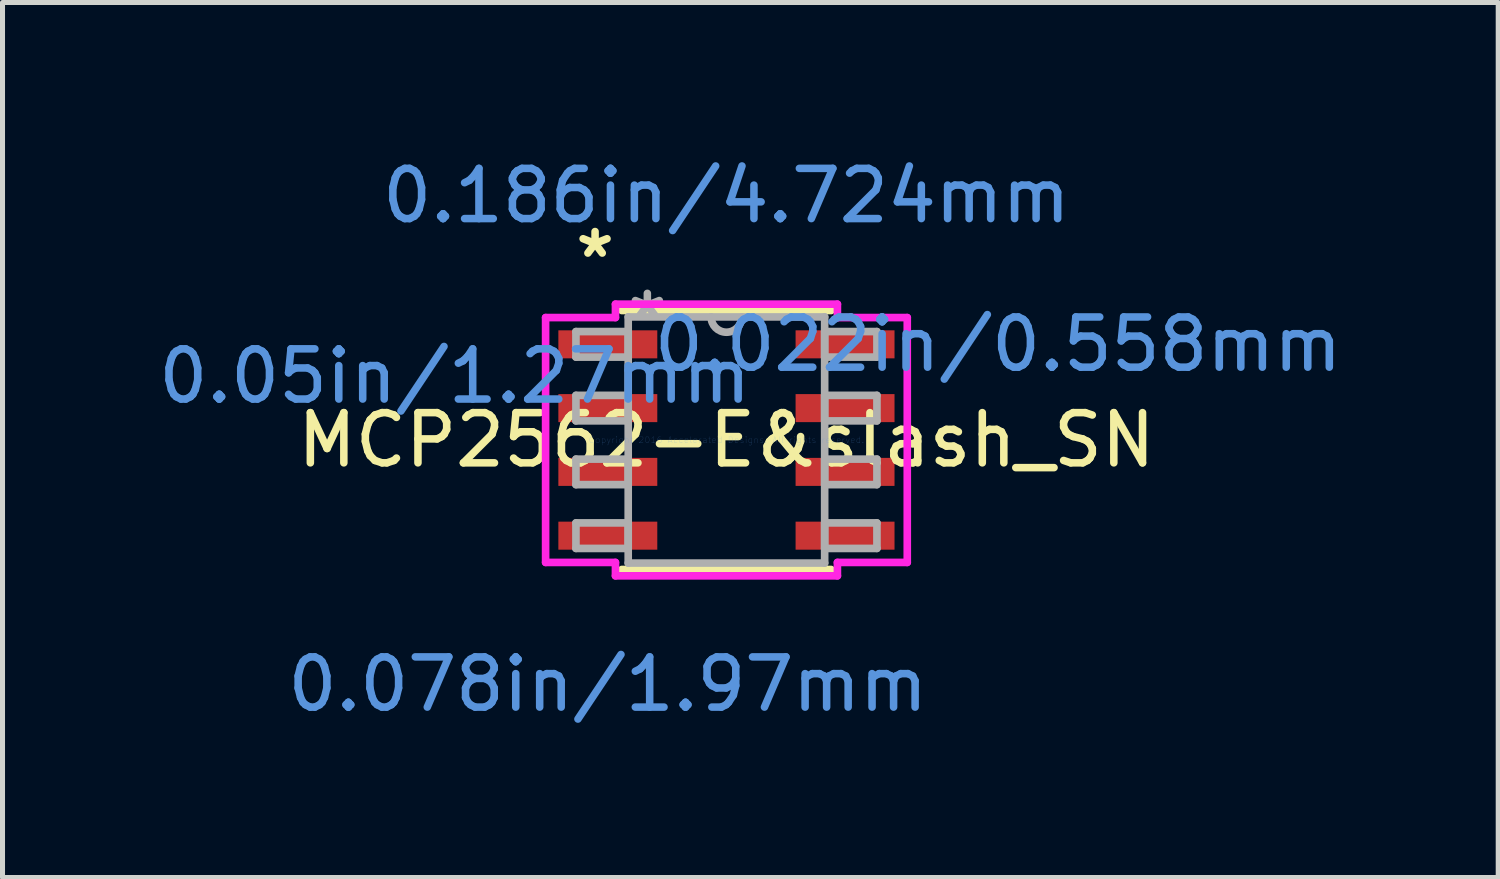
<source format=kicad_pcb>
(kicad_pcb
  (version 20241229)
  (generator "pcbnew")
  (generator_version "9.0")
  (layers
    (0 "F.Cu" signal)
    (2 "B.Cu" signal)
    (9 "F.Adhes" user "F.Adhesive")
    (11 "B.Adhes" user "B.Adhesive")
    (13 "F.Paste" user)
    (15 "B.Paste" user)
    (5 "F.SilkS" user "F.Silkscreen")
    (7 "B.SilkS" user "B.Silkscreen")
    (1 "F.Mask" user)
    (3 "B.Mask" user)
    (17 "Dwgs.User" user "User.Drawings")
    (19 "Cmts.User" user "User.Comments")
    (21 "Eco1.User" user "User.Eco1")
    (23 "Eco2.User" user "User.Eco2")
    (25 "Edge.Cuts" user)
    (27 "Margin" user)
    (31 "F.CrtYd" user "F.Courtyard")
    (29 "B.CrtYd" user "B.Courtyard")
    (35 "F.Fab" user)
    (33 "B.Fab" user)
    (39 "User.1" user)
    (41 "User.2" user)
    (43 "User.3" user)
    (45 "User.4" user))
  (footprint "MCP2562-E&slash_SN"
    (layer "F.Cu")
    (at 11.416 5.712)
    (property "Reference" "MCP2562-E&slash_SN" (at 0 0 0) (layer "F.SilkS") (effects (font (size 1 1) (thickness 0.15))))
    (attr through_hole)
    (fp_line (start -2.083 2.578) (end 2.083 2.578) (stroke (width 0.152) (type solid)) (layer "F.SilkS"))
    (fp_line (start 2.083 -2.578) (end -2.083 -2.578) (stroke (width 0.152) (type solid)) (layer "F.SilkS"))
    (fp_line (start -3.601 -2.438) (end -2.21 -2.438) (stroke (width 0.152) (type solid)) (layer "F.CrtYd"))
    (fp_line (start -3.601 2.438) (end -3.601 -2.438) (stroke (width 0.152) (type solid)) (layer "F.CrtYd"))
    (fp_line (start -3.601 2.438) (end -2.21 2.438) (stroke (width 0.152) (type solid)) (layer "F.CrtYd"))
    (fp_line (start -2.21 -2.705) (end 2.21 -2.705) (stroke (width 0.152) (type solid)) (layer "F.CrtYd"))
    (fp_line (start -2.21 -2.438) (end -2.21 -2.705) (stroke (width 0.152) (type solid)) (layer "F.CrtYd"))
    (fp_line (start -2.21 2.705) (end -2.21 2.438) (stroke (width 0.152) (type solid)) (layer "F.CrtYd"))
    (fp_line (start 2.21 -2.705) (end 2.21 -2.438) (stroke (width 0.152) (type solid)) (layer "F.CrtYd"))
    (fp_line (start 2.21 2.438) (end 2.21 2.705) (stroke (width 0.152) (type solid)) (layer "F.CrtYd"))
    (fp_line (start 2.21 2.705) (end -2.21 2.705) (stroke (width 0.152) (type solid)) (layer "F.CrtYd"))
    (fp_line (start 3.601 -2.438) (end 2.21 -2.438) (stroke (width 0.152) (type solid)) (layer "F.CrtYd"))
    (fp_line (start 3.601 -2.438) (end 3.601 2.438) (stroke (width 0.152) (type solid)) (layer "F.CrtYd"))
    (fp_line (start 3.601 2.438) (end 2.21 2.438) (stroke (width 0.152) (type solid)) (layer "F.CrtYd"))
    (fp_line (start -2.997 -2.159) (end -2.997 -1.651) (stroke (width 0.152) (type solid)) (layer "F.Fab"))
    (fp_line (start -2.997 -1.651) (end -1.956 -1.651) (stroke (width 0.152) (type solid)) (layer "F.Fab"))
    (fp_line (start -2.997 -0.889) (end -2.997 -0.381) (stroke (width 0.152) (type solid)) (layer "F.Fab"))
    (fp_line (start -2.997 -0.381) (end -1.956 -0.381) (stroke (width 0.152) (type solid)) (layer "F.Fab"))
    (fp_line (start -2.997 0.381) (end -2.997 0.889) (stroke (width 0.152) (type solid)) (layer "F.Fab"))
    (fp_line (start -2.997 0.889) (end -1.956 0.889) (stroke (width 0.152) (type solid)) (layer "F.Fab"))
    (fp_line (start -2.997 1.651) (end -2.997 2.159) (stroke (width 0.152) (type solid)) (layer "F.Fab"))
    (fp_line (start -2.997 2.159) (end -1.956 2.159) (stroke (width 0.152) (type solid)) (layer "F.Fab"))
    (fp_line (start -1.956 -2.451) (end -1.956 2.451) (stroke (width 0.152) (type solid)) (layer "F.Fab"))
    (fp_line (start -1.956 -2.159) (end -2.997 -2.159) (stroke (width 0.152) (type solid)) (layer "F.Fab"))
    (fp_line (start -1.956 -1.651) (end -1.956 -2.159) (stroke (width 0.152) (type solid)) (layer "F.Fab"))
    (fp_line (start -1.956 -0.889) (end -2.997 -0.889) (stroke (width 0.152) (type solid)) (layer "F.Fab"))
    (fp_line (start -1.956 -0.381) (end -1.956 -0.889) (stroke (width 0.152) (type solid)) (layer "F.Fab"))
    (fp_line (start -1.956 0.381) (end -2.997 0.381) (stroke (width 0.152) (type solid)) (layer "F.Fab"))
    (fp_line (start -1.956 0.889) (end -1.956 0.381) (stroke (width 0.152) (type solid)) (layer "F.Fab"))
    (fp_line (start -1.956 1.651) (end -2.997 1.651) (stroke (width 0.152) (type solid)) (layer "F.Fab"))
    (fp_line (start -1.956 2.159) (end -1.956 1.651) (stroke (width 0.152) (type solid)) (layer "F.Fab"))
    (fp_line (start -1.956 2.451) (end 1.956 2.451) (stroke (width 0.152) (type solid)) (layer "F.Fab"))
    (fp_line (start 1.956 -2.451) (end -1.956 -2.451) (stroke (width 0.152) (type solid)) (layer "F.Fab"))
    (fp_line (start 1.956 -2.159) (end 1.956 -1.651) (stroke (width 0.152) (type solid)) (layer "F.Fab"))
    (fp_line (start 1.956 -1.651) (end 2.997 -1.651) (stroke (width 0.152) (type solid)) (layer "F.Fab"))
    (fp_line (start 1.956 -0.889) (end 1.956 -0.381) (stroke (width 0.152) (type solid)) (layer "F.Fab"))
    (fp_line (start 1.956 -0.381) (end 2.997 -0.381) (stroke (width 0.152) (type solid)) (layer "F.Fab"))
    (fp_line (start 1.956 0.381) (end 1.956 0.889) (stroke (width 0.152) (type solid)) (layer "F.Fab"))
    (fp_line (start 1.956 0.889) (end 2.997 0.889) (stroke (width 0.152) (type solid)) (layer "F.Fab"))
    (fp_line (start 1.956 1.651) (end 1.956 2.159) (stroke (width 0.152) (type solid)) (layer "F.Fab"))
    (fp_line (start 1.956 2.159) (end 2.997 2.159) (stroke (width 0.152) (type solid)) (layer "F.Fab"))
    (fp_line (start 1.956 2.451) (end 1.956 -2.451) (stroke (width 0.152) (type solid)) (layer "F.Fab"))
    (fp_line (start 2.997 -2.159) (end 1.956 -2.159) (stroke (width 0.152) (type solid)) (layer "F.Fab"))
    (fp_line (start 2.997 -1.651) (end 2.997 -2.159) (stroke (width 0.152) (type solid)) (layer "F.Fab"))
    (fp_line (start 2.997 -0.889) (end 1.956 -0.889) (stroke (width 0.152) (type solid)) (layer "F.Fab"))
    (fp_line (start 2.997 -0.381) (end 2.997 -0.889) (stroke (width 0.152) (type solid)) (layer "F.Fab"))
    (fp_line (start 2.997 0.381) (end 1.956 0.381) (stroke (width 0.152) (type solid)) (layer "F.Fab"))
    (fp_line (start 2.997 0.889) (end 2.997 0.381) (stroke (width 0.152) (type solid)) (layer "F.Fab"))
    (fp_line (start 2.997 1.651) (end 1.956 1.651) (stroke (width 0.152) (type solid)) (layer "F.Fab"))
    (fp_line (start 2.997 2.159) (end 2.997 1.651) (stroke (width 0.152) (type solid)) (layer "F.Fab"))
    (fp_arc (start 0.3048 -2.4511) (mid 0 -2.1463) (end -0.3048 -2.4511) (stroke (width 0.1524) (type solid)) (layer "F.Fab"))
    (fp_text user "*" (at -2.616 -3.606 0) (layer "F.SilkS") (effects (font (size 1 1) (thickness 0.15))))
    (fp_text user "Copyright 2016 Accelerated Designs. All rights reserved." (at 0 0 0) (layer "Cmts.User") (effects (font (size 0.127 0.127) (thickness 0.002))))
    (fp_text user "0.078in/1.97mm" (at -2.362 4.864 0) (layer "Cmts.User") (effects (font (size 1 1) (thickness 0.15))))
    (fp_text user "0.05in/1.27mm" (at -5.41 -1.27 0) (layer "Cmts.User") (effects (font (size 1 1) (thickness 0.15))))
    (fp_text user "0.022in/0.558mm" (at 5.41 -1.905 0) (layer "Cmts.User") (effects (font (size 1 1) (thickness 0.15))))
    (fp_text user "0.186in/4.724mm" (at 0 -4.864 0) (layer "Cmts.User") (effects (font (size 1 1) (thickness 0.15))))
    (fp_text user "*" (at -1.575 -2.375 0) (layer "F.Fab") (effects (font (size 1 1) (thickness 0.15))))
    (pad "1" smd rect (at -2.362 -1.905) (size 1.97 0.558) (layers "F.Cu" "F.Mask" "F.Paste"))
    (pad "2" smd rect (at -2.362 -0.635) (size 1.97 0.558) (layers "F.Cu" "F.Mask" "F.Paste"))
    (pad "3" smd rect (at -2.362 0.635) (size 1.97 0.558) (layers "F.Cu" "F.Mask" "F.Paste"))
    (pad "4" smd rect (at -2.362 1.905) (size 1.97 0.558) (layers "F.Cu" "F.Mask" "F.Paste"))
    (pad "5" smd rect (at 2.362 1.905) (size 1.97 0.558) (layers "F.Cu" "F.Mask" "F.Paste"))
    (pad "6" smd rect (at 2.362 0.635) (size 1.97 0.558) (layers "F.Cu" "F.Mask" "F.Paste"))
    (pad "7" smd rect (at 2.362 -0.635) (size 1.97 0.558) (layers "F.Cu" "F.Mask" "F.Paste"))
    (pad "8" smd rect (at 2.362 -1.905) (size 1.97 0.558) (layers "F.Cu" "F.Mask" "F.Paste")))
  (gr_rect
    (start -3 -3)
    (end 26.785 14.425)
    (stroke (width 0.1) (type default))
    (fill no)
    (layer "Edge.Cuts")))
</source>
